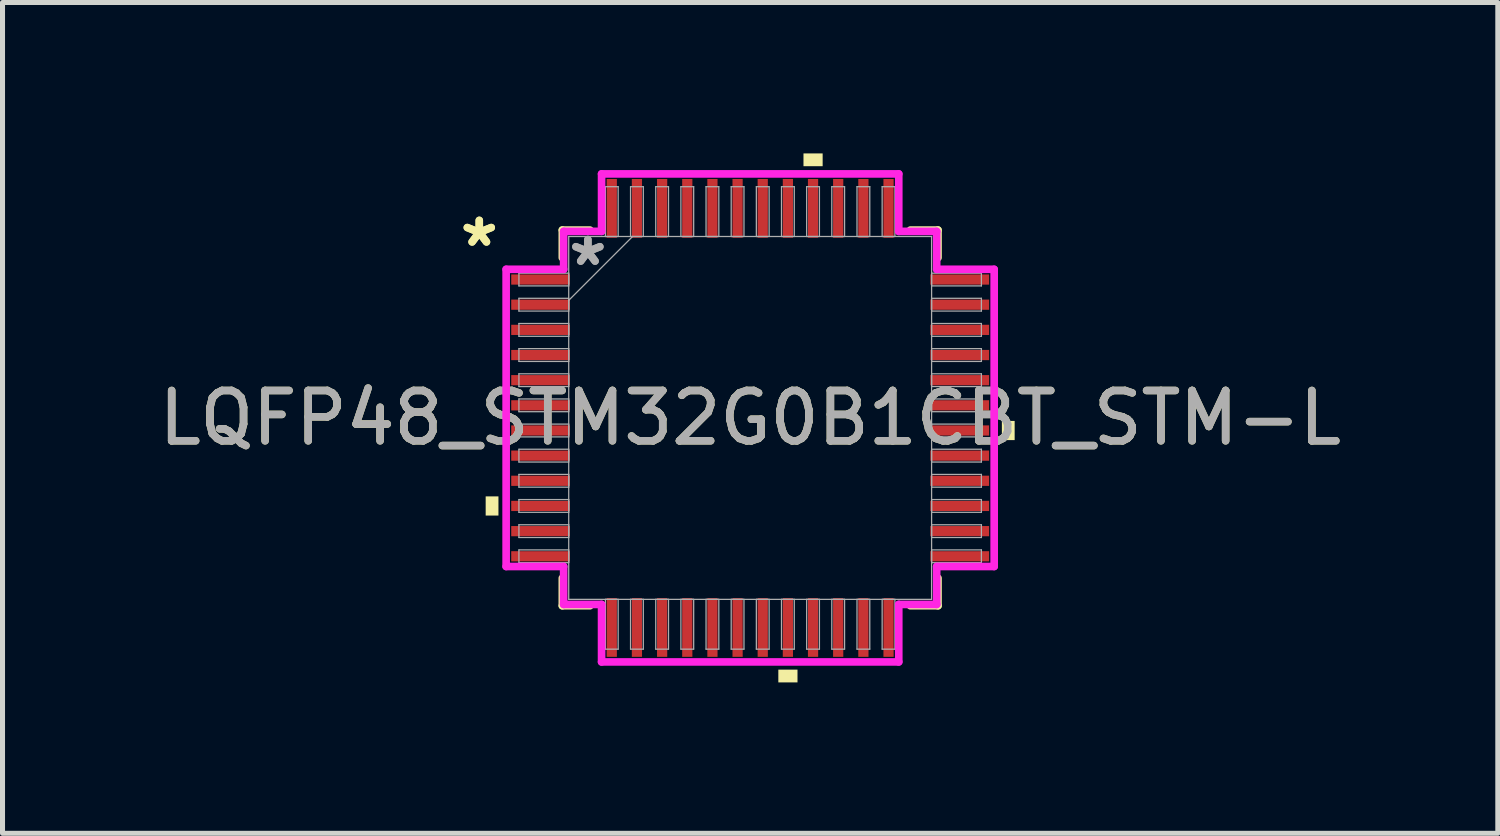
<source format=kicad_pcb>
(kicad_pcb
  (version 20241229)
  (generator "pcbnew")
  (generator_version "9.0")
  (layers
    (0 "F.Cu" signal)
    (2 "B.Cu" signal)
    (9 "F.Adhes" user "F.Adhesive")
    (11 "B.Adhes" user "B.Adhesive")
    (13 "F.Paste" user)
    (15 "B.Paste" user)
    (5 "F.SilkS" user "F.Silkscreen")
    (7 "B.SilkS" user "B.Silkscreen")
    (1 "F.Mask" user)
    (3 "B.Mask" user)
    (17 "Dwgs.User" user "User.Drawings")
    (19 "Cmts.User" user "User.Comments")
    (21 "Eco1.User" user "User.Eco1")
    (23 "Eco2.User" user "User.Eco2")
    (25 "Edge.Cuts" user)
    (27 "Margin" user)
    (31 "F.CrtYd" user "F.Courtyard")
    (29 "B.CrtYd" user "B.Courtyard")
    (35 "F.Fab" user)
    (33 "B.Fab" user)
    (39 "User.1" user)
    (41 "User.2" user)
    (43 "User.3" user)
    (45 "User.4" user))
  (footprint "LQFP48_STM32G0B1CBT_STM-L"
    (layer "F.Cu")
    (at 11.863 5.258)
    (property "Reference" "LQFP48_STM32G0B1CBT_STM-L" (at 0 0 0) (unlocked yes) (layer "F.SilkS") (effects (font (size 1 1) (thickness 0.15))))
    (attr smd)
    (fp_line (start -3.734 -3.734) (end -3.734 -3.185) (stroke (width 0.152) (type solid)) (layer "F.SilkS"))
    (fp_line (start -3.734 3.185) (end -3.734 3.734) (stroke (width 0.152) (type solid)) (layer "F.SilkS"))
    (fp_line (start -3.734 3.734) (end -3.185 3.734) (stroke (width 0.152) (type solid)) (layer "F.SilkS"))
    (fp_line (start -3.185 -3.734) (end -3.734 -3.734) (stroke (width 0.152) (type solid)) (layer "F.SilkS"))
    (fp_line (start 3.185 3.734) (end 3.734 3.734) (stroke (width 0.152) (type solid)) (layer "F.SilkS"))
    (fp_line (start 3.734 -3.734) (end 3.185 -3.734) (stroke (width 0.152) (type solid)) (layer "F.SilkS"))
    (fp_line (start 3.734 -3.185) (end 3.734 -3.734) (stroke (width 0.152) (type solid)) (layer "F.SilkS"))
    (fp_line (start 3.734 3.734) (end 3.734 3.185) (stroke (width 0.152) (type solid)) (layer "F.SilkS"))
    (fp_poly (pts (xy -5.258 1.56) (xy -5.258 1.941) (xy -5.004 1.941) (xy -5.004 1.56)) (stroke (width 0) (type solid)) (fill yes) (layer "F.SilkS"))
    (fp_poly (pts (xy 0.56 5.004) (xy 0.56 5.258) (xy 0.941 5.258) (xy 0.941 5.004)) (stroke (width 0) (type solid)) (fill yes) (layer "F.SilkS"))
    (fp_poly (pts (xy 1.06 -5.004) (xy 1.06 -5.258) (xy 1.441 -5.258) (xy 1.441 -5.004)) (stroke (width 0) (type solid)) (fill yes) (layer "F.SilkS"))
    (fp_poly (pts (xy 5.258 0.06) (xy 5.258 0.441) (xy 5.004 0.441) (xy 5.004 0.06)) (stroke (width 0) (type solid)) (fill yes) (layer "F.SilkS"))
    (fp_line (start -4.851 -2.954) (end -3.708 -2.954) (stroke (width 0.152) (type solid)) (layer "F.CrtYd"))
    (fp_line (start -4.851 2.954) (end -4.851 -2.954) (stroke (width 0.152) (type solid)) (layer "F.CrtYd"))
    (fp_line (start -3.708 -3.708) (end -2.954 -3.708) (stroke (width 0.152) (type solid)) (layer "F.CrtYd"))
    (fp_line (start -3.708 -2.954) (end -3.708 -3.708) (stroke (width 0.152) (type solid)) (layer "F.CrtYd"))
    (fp_line (start -3.708 2.954) (end -4.851 2.954) (stroke (width 0.152) (type solid)) (layer "F.CrtYd"))
    (fp_line (start -3.708 3.708) (end -3.708 2.954) (stroke (width 0.152) (type solid)) (layer "F.CrtYd"))
    (fp_line (start -3.708 3.708) (end -2.954 3.708) (stroke (width 0.152) (type solid)) (layer "F.CrtYd"))
    (fp_line (start -2.954 -4.851) (end 2.954 -4.851) (stroke (width 0.152) (type solid)) (layer "F.CrtYd"))
    (fp_line (start -2.954 -3.708) (end -2.954 -4.851) (stroke (width 0.152) (type solid)) (layer "F.CrtYd"))
    (fp_line (start -2.954 3.708) (end -2.954 4.851) (stroke (width 0.152) (type solid)) (layer "F.CrtYd"))
    (fp_line (start -2.954 4.851) (end 2.954 4.851) (stroke (width 0.152) (type solid)) (layer "F.CrtYd"))
    (fp_line (start 2.954 -4.851) (end 2.954 -3.708) (stroke (width 0.152) (type solid)) (layer "F.CrtYd"))
    (fp_line (start 2.954 -3.708) (end 3.708 -3.708) (stroke (width 0.152) (type solid)) (layer "F.CrtYd"))
    (fp_line (start 2.954 3.708) (end 3.708 3.708) (stroke (width 0.152) (type solid)) (layer "F.CrtYd"))
    (fp_line (start 2.954 4.851) (end 2.954 3.708) (stroke (width 0.152) (type solid)) (layer "F.CrtYd"))
    (fp_line (start 3.708 -2.954) (end 3.708 -3.708) (stroke (width 0.152) (type solid)) (layer "F.CrtYd"))
    (fp_line (start 3.708 2.954) (end 4.851 2.954) (stroke (width 0.152) (type solid)) (layer "F.CrtYd"))
    (fp_line (start 3.708 3.708) (end 3.708 2.954) (stroke (width 0.152) (type solid)) (layer "F.CrtYd"))
    (fp_line (start 4.851 -2.954) (end 3.708 -2.954) (stroke (width 0.152) (type solid)) (layer "F.CrtYd"))
    (fp_line (start 4.851 2.954) (end 4.851 -2.954) (stroke (width 0.152) (type solid)) (layer "F.CrtYd"))
    (fp_line (start -4.597 -2.878) (end -4.597 -2.624) (stroke (width 0.025) (type solid)) (layer "F.Fab"))
    (fp_line (start -4.597 -2.624) (end -3.607 -2.624) (stroke (width 0.025) (type solid)) (layer "F.Fab"))
    (fp_line (start -4.597 -2.378) (end -4.597 -2.124) (stroke (width 0.025) (type solid)) (layer "F.Fab"))
    (fp_line (start -4.597 -2.124) (end -3.607 -2.124) (stroke (width 0.025) (type solid)) (layer "F.Fab"))
    (fp_line (start -4.597 -1.877) (end -4.597 -1.623) (stroke (width 0.025) (type solid)) (layer "F.Fab"))
    (fp_line (start -4.597 -1.623) (end -3.607 -1.623) (stroke (width 0.025) (type solid)) (layer "F.Fab"))
    (fp_line (start -4.597 -1.377) (end -4.597 -1.123) (stroke (width 0.025) (type solid)) (layer "F.Fab"))
    (fp_line (start -4.597 -1.123) (end -3.607 -1.123) (stroke (width 0.025) (type solid)) (layer "F.Fab"))
    (fp_line (start -4.597 -0.877) (end -4.597 -0.623) (stroke (width 0.025) (type solid)) (layer "F.Fab"))
    (fp_line (start -4.597 -0.623) (end -3.607 -0.623) (stroke (width 0.025) (type solid)) (layer "F.Fab"))
    (fp_line (start -4.597 -0.377) (end -4.597 -0.123) (stroke (width 0.025) (type solid)) (layer "F.Fab"))
    (fp_line (start -4.597 -0.123) (end -3.607 -0.123) (stroke (width 0.025) (type solid)) (layer "F.Fab"))
    (fp_line (start -4.597 0.123) (end -4.597 0.377) (stroke (width 0.025) (type solid)) (layer "F.Fab"))
    (fp_line (start -4.597 0.377) (end -3.607 0.377) (stroke (width 0.025) (type solid)) (layer "F.Fab"))
    (fp_line (start -4.597 0.623) (end -4.597 0.877) (stroke (width 0.025) (type solid)) (layer "F.Fab"))
    (fp_line (start -4.597 0.877) (end -3.607 0.877) (stroke (width 0.025) (type solid)) (layer "F.Fab"))
    (fp_line (start -4.597 1.123) (end -4.597 1.377) (stroke (width 0.025) (type solid)) (layer "F.Fab"))
    (fp_line (start -4.597 1.377) (end -3.607 1.377) (stroke (width 0.025) (type solid)) (layer "F.Fab"))
    (fp_line (start -4.597 1.623) (end -4.597 1.877) (stroke (width 0.025) (type solid)) (layer "F.Fab"))
    (fp_line (start -4.597 1.877) (end -3.607 1.877) (stroke (width 0.025) (type solid)) (layer "F.Fab"))
    (fp_line (start -4.597 2.124) (end -4.597 2.378) (stroke (width 0.025) (type solid)) (layer "F.Fab"))
    (fp_line (start -4.597 2.378) (end -3.607 2.378) (stroke (width 0.025) (type solid)) (layer "F.Fab"))
    (fp_line (start -4.597 2.624) (end -4.597 2.878) (stroke (width 0.025) (type solid)) (layer "F.Fab"))
    (fp_line (start -4.597 2.878) (end -3.607 2.878) (stroke (width 0.025) (type solid)) (layer "F.Fab"))
    (fp_line (start -3.607 -3.607) (end -3.607 3.607) (stroke (width 0.025) (type solid)) (layer "F.Fab"))
    (fp_line (start -3.607 -2.878) (end -4.597 -2.878) (stroke (width 0.025) (type solid)) (layer "F.Fab"))
    (fp_line (start -3.607 -2.624) (end -3.607 -2.878) (stroke (width 0.025) (type solid)) (layer "F.Fab"))
    (fp_line (start -3.607 -2.378) (end -4.597 -2.378) (stroke (width 0.025) (type solid)) (layer "F.Fab"))
    (fp_line (start -3.607 -2.337) (end -2.337 -3.607) (stroke (width 0.025) (type solid)) (layer "F.Fab"))
    (fp_line (start -3.607 -2.124) (end -3.607 -2.378) (stroke (width 0.025) (type solid)) (layer "F.Fab"))
    (fp_line (start -3.607 -1.877) (end -4.597 -1.877) (stroke (width 0.025) (type solid)) (layer "F.Fab"))
    (fp_line (start -3.607 -1.623) (end -3.607 -1.877) (stroke (width 0.025) (type solid)) (layer "F.Fab"))
    (fp_line (start -3.607 -1.377) (end -4.597 -1.377) (stroke (width 0.025) (type solid)) (layer "F.Fab"))
    (fp_line (start -3.607 -1.123) (end -3.607 -1.377) (stroke (width 0.025) (type solid)) (layer "F.Fab"))
    (fp_line (start -3.607 -0.877) (end -4.597 -0.877) (stroke (width 0.025) (type solid)) (layer "F.Fab"))
    (fp_line (start -3.607 -0.623) (end -3.607 -0.877) (stroke (width 0.025) (type solid)) (layer "F.Fab"))
    (fp_line (start -3.607 -0.377) (end -4.597 -0.377) (stroke (width 0.025) (type solid)) (layer "F.Fab"))
    (fp_line (start -3.607 -0.123) (end -3.607 -0.377) (stroke (width 0.025) (type solid)) (layer "F.Fab"))
    (fp_line (start -3.607 0.123) (end -4.597 0.123) (stroke (width 0.025) (type solid)) (layer "F.Fab"))
    (fp_line (start -3.607 0.377) (end -3.607 0.123) (stroke (width 0.025) (type solid)) (layer "F.Fab"))
    (fp_line (start -3.607 0.623) (end -4.597 0.623) (stroke (width 0.025) (type solid)) (layer "F.Fab"))
    (fp_line (start -3.607 0.877) (end -3.607 0.623) (stroke (width 0.025) (type solid)) (layer "F.Fab"))
    (fp_line (start -3.607 1.123) (end -4.597 1.123) (stroke (width 0.025) (type solid)) (layer "F.Fab"))
    (fp_line (start -3.607 1.377) (end -3.607 1.123) (stroke (width 0.025) (type solid)) (layer "F.Fab"))
    (fp_line (start -3.607 1.623) (end -4.597 1.623) (stroke (width 0.025) (type solid)) (layer "F.Fab"))
    (fp_line (start -3.607 1.877) (end -3.607 1.623) (stroke (width 0.025) (type solid)) (layer "F.Fab"))
    (fp_line (start -3.607 2.124) (end -4.597 2.124) (stroke (width 0.025) (type solid)) (layer "F.Fab"))
    (fp_line (start -3.607 2.378) (end -3.607 2.124) (stroke (width 0.025) (type solid)) (layer "F.Fab"))
    (fp_line (start -3.607 2.624) (end -4.597 2.624) (stroke (width 0.025) (type solid)) (layer "F.Fab"))
    (fp_line (start -3.607 2.878) (end -3.607 2.624) (stroke (width 0.025) (type solid)) (layer "F.Fab"))
    (fp_line (start -3.607 3.607) (end 3.607 3.607) (stroke (width 0.025) (type solid)) (layer "F.Fab"))
    (fp_line (start -2.878 -4.597) (end -2.878 -3.607) (stroke (width 0.025) (type solid)) (layer "F.Fab"))
    (fp_line (start -2.878 -3.607) (end -2.624 -3.607) (stroke (width 0.025) (type solid)) (layer "F.Fab"))
    (fp_line (start -2.878 3.607) (end -2.878 4.597) (stroke (width 0.025) (type solid)) (layer "F.Fab"))
    (fp_line (start -2.878 4.597) (end -2.624 4.597) (stroke (width 0.025) (type solid)) (layer "F.Fab"))
    (fp_line (start -2.624 -4.597) (end -2.878 -4.597) (stroke (width 0.025) (type solid)) (layer "F.Fab"))
    (fp_line (start -2.624 -3.607) (end -2.624 -4.597) (stroke (width 0.025) (type solid)) (layer "F.Fab"))
    (fp_line (start -2.624 3.607) (end -2.878 3.607) (stroke (width 0.025) (type solid)) (layer "F.Fab"))
    (fp_line (start -2.624 4.597) (end -2.624 3.607) (stroke (width 0.025) (type solid)) (layer "F.Fab"))
    (fp_line (start -2.378 -4.597) (end -2.378 -3.607) (stroke (width 0.025) (type solid)) (layer "F.Fab"))
    (fp_line (start -2.378 -3.607) (end -2.124 -3.607) (stroke (width 0.025) (type solid)) (layer "F.Fab"))
    (fp_line (start -2.378 3.607) (end -2.378 4.597) (stroke (width 0.025) (type solid)) (layer "F.Fab"))
    (fp_line (start -2.378 4.597) (end -2.124 4.597) (stroke (width 0.025) (type solid)) (layer "F.Fab"))
    (fp_line (start -2.124 -4.597) (end -2.378 -4.597) (stroke (width 0.025) (type solid)) (layer "F.Fab"))
    (fp_line (start -2.124 -3.607) (end -2.124 -4.597) (stroke (width 0.025) (type solid)) (layer "F.Fab"))
    (fp_line (start -2.124 3.607) (end -2.378 3.607) (stroke (width 0.025) (type solid)) (layer "F.Fab"))
    (fp_line (start -2.124 4.597) (end -2.124 3.607) (stroke (width 0.025) (type solid)) (layer "F.Fab"))
    (fp_line (start -1.877 -4.597) (end -1.877 -3.607) (stroke (width 0.025) (type solid)) (layer "F.Fab"))
    (fp_line (start -1.877 -3.607) (end -1.623 -3.607) (stroke (width 0.025) (type solid)) (layer "F.Fab"))
    (fp_line (start -1.877 3.607) (end -1.877 4.597) (stroke (width 0.025) (type solid)) (layer "F.Fab"))
    (fp_line (start -1.877 4.597) (end -1.623 4.597) (stroke (width 0.025) (type solid)) (layer "F.Fab"))
    (fp_line (start -1.623 -4.597) (end -1.877 -4.597) (stroke (width 0.025) (type solid)) (layer "F.Fab"))
    (fp_line (start -1.623 -3.607) (end -1.623 -4.597) (stroke (width 0.025) (type solid)) (layer "F.Fab"))
    (fp_line (start -1.623 3.607) (end -1.877 3.607) (stroke (width 0.025) (type solid)) (layer "F.Fab"))
    (fp_line (start -1.623 4.597) (end -1.623 3.607) (stroke (width 0.025) (type solid)) (layer "F.Fab"))
    (fp_line (start -1.377 -4.597) (end -1.377 -3.607) (stroke (width 0.025) (type solid)) (layer "F.Fab"))
    (fp_line (start -1.377 -3.607) (end -1.123 -3.607) (stroke (width 0.025) (type solid)) (layer "F.Fab"))
    (fp_line (start -1.377 3.607) (end -1.377 4.597) (stroke (width 0.025) (type solid)) (layer "F.Fab"))
    (fp_line (start -1.377 4.597) (end -1.123 4.597) (stroke (width 0.025) (type solid)) (layer "F.Fab"))
    (fp_line (start -1.123 -4.597) (end -1.377 -4.597) (stroke (width 0.025) (type solid)) (layer "F.Fab"))
    (fp_line (start -1.123 -3.607) (end -1.123 -4.597) (stroke (width 0.025) (type solid)) (layer "F.Fab"))
    (fp_line (start -1.123 3.607) (end -1.377 3.607) (stroke (width 0.025) (type solid)) (layer "F.Fab"))
    (fp_line (start -1.123 4.597) (end -1.123 3.607) (stroke (width 0.025) (type solid)) (layer "F.Fab"))
    (fp_line (start -0.877 -4.597) (end -0.877 -3.607) (stroke (width 0.025) (type solid)) (layer "F.Fab"))
    (fp_line (start -0.877 -3.607) (end -0.623 -3.607) (stroke (width 0.025) (type solid)) (layer "F.Fab"))
    (fp_line (start -0.877 3.607) (end -0.877 4.597) (stroke (width 0.025) (type solid)) (layer "F.Fab"))
    (fp_line (start -0.877 4.597) (end -0.623 4.597) (stroke (width 0.025) (type solid)) (layer "F.Fab"))
    (fp_line (start -0.623 -4.597) (end -0.877 -4.597) (stroke (width 0.025) (type solid)) (layer "F.Fab"))
    (fp_line (start -0.623 -3.607) (end -0.623 -4.597) (stroke (width 0.025) (type solid)) (layer "F.Fab"))
    (fp_line (start -0.623 3.607) (end -0.877 3.607) (stroke (width 0.025) (type solid)) (layer "F.Fab"))
    (fp_line (start -0.623 4.597) (end -0.623 3.607) (stroke (width 0.025) (type solid)) (layer "F.Fab"))
    (fp_line (start -0.377 -4.597) (end -0.377 -3.607) (stroke (width 0.025) (type solid)) (layer "F.Fab"))
    (fp_line (start -0.377 -3.607) (end -0.123 -3.607) (stroke (width 0.025) (type solid)) (layer "F.Fab"))
    (fp_line (start -0.377 3.607) (end -0.377 4.597) (stroke (width 0.025) (type solid)) (layer "F.Fab"))
    (fp_line (start -0.377 4.597) (end -0.123 4.597) (stroke (width 0.025) (type solid)) (layer "F.Fab"))
    (fp_line (start -0.123 -4.597) (end -0.377 -4.597) (stroke (width 0.025) (type solid)) (layer "F.Fab"))
    (fp_line (start -0.123 -3.607) (end -0.123 -4.597) (stroke (width 0.025) (type solid)) (layer "F.Fab"))
    (fp_line (start -0.123 3.607) (end -0.377 3.607) (stroke (width 0.025) (type solid)) (layer "F.Fab"))
    (fp_line (start -0.123 4.597) (end -0.123 3.607) (stroke (width 0.025) (type solid)) (layer "F.Fab"))
    (fp_line (start 0.123 -4.597) (end 0.123 -3.607) (stroke (width 0.025) (type solid)) (layer "F.Fab"))
    (fp_line (start 0.123 -3.607) (end 0.377 -3.607) (stroke (width 0.025) (type solid)) (layer "F.Fab"))
    (fp_line (start 0.123 3.607) (end 0.123 4.597) (stroke (width 0.025) (type solid)) (layer "F.Fab"))
    (fp_line (start 0.123 4.597) (end 0.377 4.597) (stroke (width 0.025) (type solid)) (layer "F.Fab"))
    (fp_line (start 0.377 -4.597) (end 0.123 -4.597) (stroke (width 0.025) (type solid)) (layer "F.Fab"))
    (fp_line (start 0.377 -3.607) (end 0.377 -4.597) (stroke (width 0.025) (type solid)) (layer "F.Fab"))
    (fp_line (start 0.377 3.607) (end 0.123 3.607) (stroke (width 0.025) (type solid)) (layer "F.Fab"))
    (fp_line (start 0.377 4.597) (end 0.377 3.607) (stroke (width 0.025) (type solid)) (layer "F.Fab"))
    (fp_line (start 0.623 -4.597) (end 0.623 -3.607) (stroke (width 0.025) (type solid)) (layer "F.Fab"))
    (fp_line (start 0.623 -3.607) (end 0.877 -3.607) (stroke (width 0.025) (type solid)) (layer "F.Fab"))
    (fp_line (start 0.623 3.607) (end 0.623 4.597) (stroke (width 0.025) (type solid)) (layer "F.Fab"))
    (fp_line (start 0.623 4.597) (end 0.877 4.597) (stroke (width 0.025) (type solid)) (layer "F.Fab"))
    (fp_line (start 0.877 -4.597) (end 0.623 -4.597) (stroke (width 0.025) (type solid)) (layer "F.Fab"))
    (fp_line (start 0.877 -3.607) (end 0.877 -4.597) (stroke (width 0.025) (type solid)) (layer "F.Fab"))
    (fp_line (start 0.877 3.607) (end 0.623 3.607) (stroke (width 0.025) (type solid)) (layer "F.Fab"))
    (fp_line (start 0.877 4.597) (end 0.877 3.607) (stroke (width 0.025) (type solid)) (layer "F.Fab"))
    (fp_line (start 1.123 -4.597) (end 1.123 -3.607) (stroke (width 0.025) (type solid)) (layer "F.Fab"))
    (fp_line (start 1.123 -3.607) (end 1.377 -3.607) (stroke (width 0.025) (type solid)) (layer "F.Fab"))
    (fp_line (start 1.123 3.607) (end 1.123 4.597) (stroke (width 0.025) (type solid)) (layer "F.Fab"))
    (fp_line (start 1.123 4.597) (end 1.377 4.597) (stroke (width 0.025) (type solid)) (layer "F.Fab"))
    (fp_line (start 1.377 -4.597) (end 1.123 -4.597) (stroke (width 0.025) (type solid)) (layer "F.Fab"))
    (fp_line (start 1.377 -3.607) (end 1.377 -4.597) (stroke (width 0.025) (type solid)) (layer "F.Fab"))
    (fp_line (start 1.377 3.607) (end 1.123 3.607) (stroke (width 0.025) (type solid)) (layer "F.Fab"))
    (fp_line (start 1.377 4.597) (end 1.377 3.607) (stroke (width 0.025) (type solid)) (layer "F.Fab"))
    (fp_line (start 1.623 -4.597) (end 1.623 -3.607) (stroke (width 0.025) (type solid)) (layer "F.Fab"))
    (fp_line (start 1.623 -3.607) (end 1.877 -3.607) (stroke (width 0.025) (type solid)) (layer "F.Fab"))
    (fp_line (start 1.623 3.607) (end 1.623 4.597) (stroke (width 0.025) (type solid)) (layer "F.Fab"))
    (fp_line (start 1.623 4.597) (end 1.877 4.597) (stroke (width 0.025) (type solid)) (layer "F.Fab"))
    (fp_line (start 1.877 -4.597) (end 1.623 -4.597) (stroke (width 0.025) (type solid)) (layer "F.Fab"))
    (fp_line (start 1.877 -3.607) (end 1.877 -4.597) (stroke (width 0.025) (type solid)) (layer "F.Fab"))
    (fp_line (start 1.877 3.607) (end 1.623 3.607) (stroke (width 0.025) (type solid)) (layer "F.Fab"))
    (fp_line (start 1.877 4.597) (end 1.877 3.607) (stroke (width 0.025) (type solid)) (layer "F.Fab"))
    (fp_line (start 2.124 -4.597) (end 2.124 -3.607) (stroke (width 0.025) (type solid)) (layer "F.Fab"))
    (fp_line (start 2.124 -3.607) (end 2.378 -3.607) (stroke (width 0.025) (type solid)) (layer "F.Fab"))
    (fp_line (start 2.124 3.607) (end 2.124 4.597) (stroke (width 0.025) (type solid)) (layer "F.Fab"))
    (fp_line (start 2.124 4.597) (end 2.378 4.597) (stroke (width 0.025) (type solid)) (layer "F.Fab"))
    (fp_line (start 2.378 -4.597) (end 2.124 -4.597) (stroke (width 0.025) (type solid)) (layer "F.Fab"))
    (fp_line (start 2.378 -3.607) (end 2.378 -4.597) (stroke (width 0.025) (type solid)) (layer "F.Fab"))
    (fp_line (start 2.378 3.607) (end 2.124 3.607) (stroke (width 0.025) (type solid)) (layer "F.Fab"))
    (fp_line (start 2.378 4.597) (end 2.378 3.607) (stroke (width 0.025) (type solid)) (layer "F.Fab"))
    (fp_line (start 2.624 -4.597) (end 2.624 -3.607) (stroke (width 0.025) (type solid)) (layer "F.Fab"))
    (fp_line (start 2.624 -3.607) (end 2.878 -3.607) (stroke (width 0.025) (type solid)) (layer "F.Fab"))
    (fp_line (start 2.624 3.607) (end 2.624 4.597) (stroke (width 0.025) (type solid)) (layer "F.Fab"))
    (fp_line (start 2.624 4.597) (end 2.878 4.597) (stroke (width 0.025) (type solid)) (layer "F.Fab"))
    (fp_line (start 2.878 -4.597) (end 2.624 -4.597) (stroke (width 0.025) (type solid)) (layer "F.Fab"))
    (fp_line (start 2.878 -3.607) (end 2.878 -4.597) (stroke (width 0.025) (type solid)) (layer "F.Fab"))
    (fp_line (start 2.878 3.607) (end 2.624 3.607) (stroke (width 0.025) (type solid)) (layer "F.Fab"))
    (fp_line (start 2.878 4.597) (end 2.878 3.607) (stroke (width 0.025) (type solid)) (layer "F.Fab"))
    (fp_line (start 3.607 -3.607) (end -3.607 -3.607) (stroke (width 0.025) (type solid)) (layer "F.Fab"))
    (fp_line (start 3.607 -2.878) (end 3.607 -2.624) (stroke (width 0.025) (type solid)) (layer "F.Fab"))
    (fp_line (start 3.607 -2.624) (end 4.597 -2.624) (stroke (width 0.025) (type solid)) (layer "F.Fab"))
    (fp_line (start 3.607 -2.378) (end 3.607 -2.124) (stroke (width 0.025) (type solid)) (layer "F.Fab"))
    (fp_line (start 3.607 -2.124) (end 4.597 -2.124) (stroke (width 0.025) (type solid)) (layer "F.Fab"))
    (fp_line (start 3.607 -1.877) (end 3.607 -1.623) (stroke (width 0.025) (type solid)) (layer "F.Fab"))
    (fp_line (start 3.607 -1.623) (end 4.597 -1.623) (stroke (width 0.025) (type solid)) (layer "F.Fab"))
    (fp_line (start 3.607 -1.377) (end 3.607 -1.123) (stroke (width 0.025) (type solid)) (layer "F.Fab"))
    (fp_line (start 3.607 -1.123) (end 4.597 -1.123) (stroke (width 0.025) (type solid)) (layer "F.Fab"))
    (fp_line (start 3.607 -0.877) (end 3.607 -0.623) (stroke (width 0.025) (type solid)) (layer "F.Fab"))
    (fp_line (start 3.607 -0.623) (end 4.597 -0.623) (stroke (width 0.025) (type solid)) (layer "F.Fab"))
    (fp_line (start 3.607 -0.377) (end 3.607 -0.123) (stroke (width 0.025) (type solid)) (layer "F.Fab"))
    (fp_line (start 3.607 -0.123) (end 4.597 -0.123) (stroke (width 0.025) (type solid)) (layer "F.Fab"))
    (fp_line (start 3.607 0.123) (end 3.607 0.377) (stroke (width 0.025) (type solid)) (layer "F.Fab"))
    (fp_line (start 3.607 0.377) (end 4.597 0.377) (stroke (width 0.025) (type solid)) (layer "F.Fab"))
    (fp_line (start 3.607 0.623) (end 3.607 0.877) (stroke (width 0.025) (type solid)) (layer "F.Fab"))
    (fp_line (start 3.607 0.877) (end 4.597 0.877) (stroke (width 0.025) (type solid)) (layer "F.Fab"))
    (fp_line (start 3.607 1.123) (end 3.607 1.377) (stroke (width 0.025) (type solid)) (layer "F.Fab"))
    (fp_line (start 3.607 1.377) (end 4.597 1.377) (stroke (width 0.025) (type solid)) (layer "F.Fab"))
    (fp_line (start 3.607 1.623) (end 3.607 1.877) (stroke (width 0.025) (type solid)) (layer "F.Fab"))
    (fp_line (start 3.607 1.877) (end 4.597 1.877) (stroke (width 0.025) (type solid)) (layer "F.Fab"))
    (fp_line (start 3.607 2.124) (end 3.607 2.378) (stroke (width 0.025) (type solid)) (layer "F.Fab"))
    (fp_line (start 3.607 2.378) (end 4.597 2.378) (stroke (width 0.025) (type solid)) (layer "F.Fab"))
    (fp_line (start 3.607 2.624) (end 3.607 2.878) (stroke (width 0.025) (type solid)) (layer "F.Fab"))
    (fp_line (start 3.607 2.878) (end 4.597 2.878) (stroke (width 0.025) (type solid)) (layer "F.Fab"))
    (fp_line (start 3.607 3.607) (end 3.607 -3.607) (stroke (width 0.025) (type solid)) (layer "F.Fab"))
    (fp_line (start 4.597 -2.878) (end 3.607 -2.878) (stroke (width 0.025) (type solid)) (layer "F.Fab"))
    (fp_line (start 4.597 -2.624) (end 4.597 -2.878) (stroke (width 0.025) (type solid)) (layer "F.Fab"))
    (fp_line (start 4.597 -2.378) (end 3.607 -2.378) (stroke (width 0.025) (type solid)) (layer "F.Fab"))
    (fp_line (start 4.597 -2.124) (end 4.597 -2.378) (stroke (width 0.025) (type solid)) (layer "F.Fab"))
    (fp_line (start 4.597 -1.877) (end 3.607 -1.877) (stroke (width 0.025) (type solid)) (layer "F.Fab"))
    (fp_line (start 4.597 -1.623) (end 4.597 -1.877) (stroke (width 0.025) (type solid)) (layer "F.Fab"))
    (fp_line (start 4.597 -1.377) (end 3.607 -1.377) (stroke (width 0.025) (type solid)) (layer "F.Fab"))
    (fp_line (start 4.597 -1.123) (end 4.597 -1.377) (stroke (width 0.025) (type solid)) (layer "F.Fab"))
    (fp_line (start 4.597 -0.877) (end 3.607 -0.877) (stroke (width 0.025) (type solid)) (layer "F.Fab"))
    (fp_line (start 4.597 -0.623) (end 4.597 -0.877) (stroke (width 0.025) (type solid)) (layer "F.Fab"))
    (fp_line (start 4.597 -0.377) (end 3.607 -0.377) (stroke (width 0.025) (type solid)) (layer "F.Fab"))
    (fp_line (start 4.597 -0.123) (end 4.597 -0.377) (stroke (width 0.025) (type solid)) (layer "F.Fab"))
    (fp_line (start 4.597 0.123) (end 3.607 0.123) (stroke (width 0.025) (type solid)) (layer "F.Fab"))
    (fp_line (start 4.597 0.377) (end 4.597 0.123) (stroke (width 0.025) (type solid)) (layer "F.Fab"))
    (fp_line (start 4.597 0.623) (end 3.607 0.623) (stroke (width 0.025) (type solid)) (layer "F.Fab"))
    (fp_line (start 4.597 0.877) (end 4.597 0.623) (stroke (width 0.025) (type solid)) (layer "F.Fab"))
    (fp_line (start 4.597 1.123) (end 3.607 1.123) (stroke (width 0.025) (type solid)) (layer "F.Fab"))
    (fp_line (start 4.597 1.377) (end 4.597 1.123) (stroke (width 0.025) (type solid)) (layer "F.Fab"))
    (fp_line (start 4.597 1.623) (end 3.607 1.623) (stroke (width 0.025) (type solid)) (layer "F.Fab"))
    (fp_line (start 4.597 1.877) (end 4.597 1.623) (stroke (width 0.025) (type solid)) (layer "F.Fab"))
    (fp_line (start 4.597 2.124) (end 3.607 2.124) (stroke (width 0.025) (type solid)) (layer "F.Fab"))
    (fp_line (start 4.597 2.378) (end 4.597 2.124) (stroke (width 0.025) (type solid)) (layer "F.Fab"))
    (fp_line (start 4.597 2.624) (end 3.607 2.624) (stroke (width 0.025) (type solid)) (layer "F.Fab"))
    (fp_line (start 4.597 2.878) (end 4.597 2.624) (stroke (width 0.025) (type solid)) (layer "F.Fab"))
    (fp_text user "*" (at -5.385 -3.382 0) (layer "F.SilkS") (effects (font (size 1 1) (thickness 0.15))))
    (fp_text user "*" (at -5.385 -3.382 0) (unlocked yes) (layer "F.SilkS") (effects (font (size 1 1) (thickness 0.15))))
    (fp_text user "*" (at -3.226 -3.001 0) (unlocked yes) (layer "F.Fab") (effects (font (size 1 1) (thickness 0.15))))
    (fp_text user "${REFERENCE}" (at 0 0 0) (unlocked yes) (layer "F.Fab") (effects (font (size 1 1) (thickness 0.15))))
    (fp_text user "*" (at -3.226 -3.001 0) (layer "F.Fab") (effects (font (size 1 1) (thickness 0.15))))
    (pad "1" smd rect (at -4.166 -2.751 90) (size 0.203 1.168) (layers "F.Cu" "F.Mask" "F.Paste"))
    (pad "2" smd rect (at -4.166 -2.251 90) (size 0.203 1.168) (layers "F.Cu" "F.Mask" "F.Paste"))
    (pad "3" smd rect (at -4.166 -1.75 90) (size 0.203 1.168) (layers "F.Cu" "F.Mask" "F.Paste"))
    (pad "4" smd rect (at -4.166 -1.25 90) (size 0.203 1.168) (layers "F.Cu" "F.Mask" "F.Paste"))
    (pad "5" smd rect (at -4.166 -0.75 90) (size 0.203 1.168) (layers "F.Cu" "F.Mask" "F.Paste"))
    (pad "6" smd rect (at -4.166 -0.25 90) (size 0.203 1.168) (layers "F.Cu" "F.Mask" "F.Paste"))
    (pad "7" smd rect (at -4.166 0.25 90) (size 0.203 1.168) (layers "F.Cu" "F.Mask" "F.Paste"))
    (pad "8" smd rect (at -4.166 0.75 90) (size 0.203 1.168) (layers "F.Cu" "F.Mask" "F.Paste"))
    (pad "9" smd rect (at -4.166 1.25 90) (size 0.203 1.168) (layers "F.Cu" "F.Mask" "F.Paste"))
    (pad "10" smd rect (at -4.166 1.75 90) (size 0.203 1.168) (layers "F.Cu" "F.Mask" "F.Paste"))
    (pad "11" smd rect (at -4.166 2.251 90) (size 0.203 1.168) (layers "F.Cu" "F.Mask" "F.Paste"))
    (pad "12" smd rect (at -4.166 2.751 90) (size 0.203 1.168) (layers "F.Cu" "F.Mask" "F.Paste"))
    (pad "13" smd rect (at -2.751 4.166) (size 0.203 1.168) (layers "F.Cu" "F.Mask" "F.Paste"))
    (pad "14" smd rect (at -2.251 4.166) (size 0.203 1.168) (layers "F.Cu" "F.Mask" "F.Paste"))
    (pad "15" smd rect (at -1.75 4.166) (size 0.203 1.168) (layers "F.Cu" "F.Mask" "F.Paste"))
    (pad "16" smd rect (at -1.25 4.166) (size 0.203 1.168) (layers "F.Cu" "F.Mask" "F.Paste"))
    (pad "17" smd rect (at -0.75 4.166) (size 0.203 1.168) (layers "F.Cu" "F.Mask" "F.Paste"))
    (pad "18" smd rect (at -0.25 4.166) (size 0.203 1.168) (layers "F.Cu" "F.Mask" "F.Paste"))
    (pad "19" smd rect (at 0.25 4.166) (size 0.203 1.168) (layers "F.Cu" "F.Mask" "F.Paste"))
    (pad "20" smd rect (at 0.75 4.166) (size 0.203 1.168) (layers "F.Cu" "F.Mask" "F.Paste"))
    (pad "21" smd rect (at 1.25 4.166) (size 0.203 1.168) (layers "F.Cu" "F.Mask" "F.Paste"))
    (pad "22" smd rect (at 1.75 4.166) (size 0.203 1.168) (layers "F.Cu" "F.Mask" "F.Paste"))
    (pad "23" smd rect (at 2.251 4.166) (size 0.203 1.168) (layers "F.Cu" "F.Mask" "F.Paste"))
    (pad "24" smd rect (at 2.751 4.166) (size 0.203 1.168) (layers "F.Cu" "F.Mask" "F.Paste"))
    (pad "25" smd rect (at 4.166 2.751 90) (size 0.203 1.168) (layers "F.Cu" "F.Mask" "F.Paste"))
    (pad "26" smd rect (at 4.166 2.251 90) (size 0.203 1.168) (layers "F.Cu" "F.Mask" "F.Paste"))
    (pad "27" smd rect (at 4.166 1.75 90) (size 0.203 1.168) (layers "F.Cu" "F.Mask" "F.Paste"))
    (pad "28" smd rect (at 4.166 1.25 90) (size 0.203 1.168) (layers "F.Cu" "F.Mask" "F.Paste"))
    (pad "29" smd rect (at 4.166 0.75 90) (size 0.203 1.168) (layers "F.Cu" "F.Mask" "F.Paste"))
    (pad "30" smd rect (at 4.166 0.25 90) (size 0.203 1.168) (layers "F.Cu" "F.Mask" "F.Paste"))
    (pad "31" smd rect (at 4.166 -0.25 90) (size 0.203 1.168) (layers "F.Cu" "F.Mask" "F.Paste"))
    (pad "32" smd rect (at 4.166 -0.75 90) (size 0.203 1.168) (layers "F.Cu" "F.Mask" "F.Paste"))
    (pad "33" smd rect (at 4.166 -1.25 90) (size 0.203 1.168) (layers "F.Cu" "F.Mask" "F.Paste"))
    (pad "34" smd rect (at 4.166 -1.75 90) (size 0.203 1.168) (layers "F.Cu" "F.Mask" "F.Paste"))
    (pad "35" smd rect (at 4.166 -2.251 90) (size 0.203 1.168) (layers "F.Cu" "F.Mask" "F.Paste"))
    (pad "36" smd rect (at 4.166 -2.751 90) (size 0.203 1.168) (layers "F.Cu" "F.Mask" "F.Paste"))
    (pad "37" smd rect (at 2.751 -4.166) (size 0.203 1.168) (layers "F.Cu" "F.Mask" "F.Paste"))
    (pad "38" smd rect (at 2.251 -4.166) (size 0.203 1.168) (layers "F.Cu" "F.Mask" "F.Paste"))
    (pad "39" smd rect (at 1.75 -4.166) (size 0.203 1.168) (layers "F.Cu" "F.Mask" "F.Paste"))
    (pad "40" smd rect (at 1.25 -4.166) (size 0.203 1.168) (layers "F.Cu" "F.Mask" "F.Paste"))
    (pad "41" smd rect (at 0.75 -4.166) (size 0.203 1.168) (layers "F.Cu" "F.Mask" "F.Paste"))
    (pad "42" smd rect (at 0.25 -4.166) (size 0.203 1.168) (layers "F.Cu" "F.Mask" "F.Paste"))
    (pad "43" smd rect (at -0.25 -4.166) (size 0.203 1.168) (layers "F.Cu" "F.Mask" "F.Paste"))
    (pad "44" smd rect (at -0.75 -4.166) (size 0.203 1.168) (layers "F.Cu" "F.Mask" "F.Paste"))
    (pad "45" smd rect (at -1.25 -4.166) (size 0.203 1.168) (layers "F.Cu" "F.Mask" "F.Paste"))
    (pad "46" smd rect (at -1.75 -4.166) (size 0.203 1.168) (layers "F.Cu" "F.Mask" "F.Paste"))
    (pad "47" smd rect (at -2.251 -4.166) (size 0.203 1.168) (layers "F.Cu" "F.Mask" "F.Paste"))
    (pad "48" smd rect (at -2.751 -4.166) (size 0.203 1.168) (layers "F.Cu" "F.Mask" "F.Paste")))
  (gr_rect
    (start -3 -3)
    (end 26.726 13.516)
    (stroke (width 0.1) (type default))
    (fill no)
    (layer "Edge.Cuts")))
</source>
